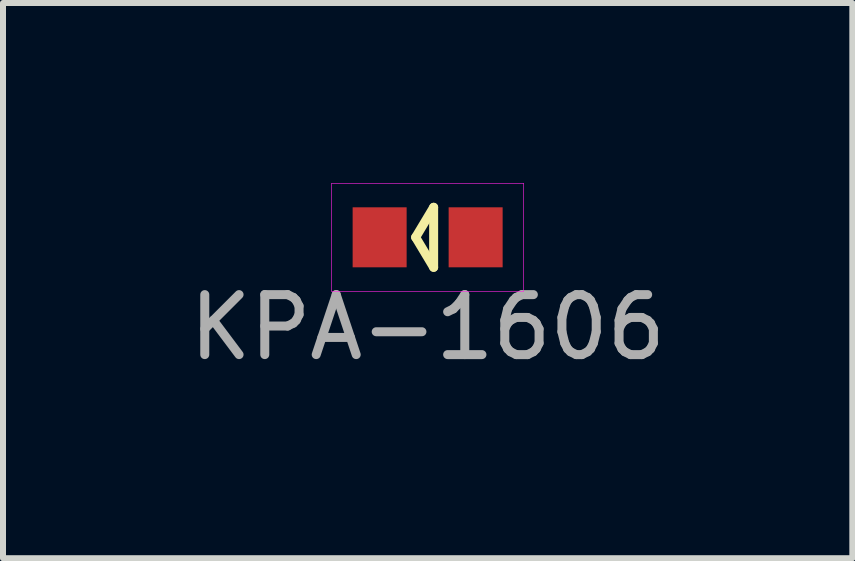
<source format=kicad_pcb>
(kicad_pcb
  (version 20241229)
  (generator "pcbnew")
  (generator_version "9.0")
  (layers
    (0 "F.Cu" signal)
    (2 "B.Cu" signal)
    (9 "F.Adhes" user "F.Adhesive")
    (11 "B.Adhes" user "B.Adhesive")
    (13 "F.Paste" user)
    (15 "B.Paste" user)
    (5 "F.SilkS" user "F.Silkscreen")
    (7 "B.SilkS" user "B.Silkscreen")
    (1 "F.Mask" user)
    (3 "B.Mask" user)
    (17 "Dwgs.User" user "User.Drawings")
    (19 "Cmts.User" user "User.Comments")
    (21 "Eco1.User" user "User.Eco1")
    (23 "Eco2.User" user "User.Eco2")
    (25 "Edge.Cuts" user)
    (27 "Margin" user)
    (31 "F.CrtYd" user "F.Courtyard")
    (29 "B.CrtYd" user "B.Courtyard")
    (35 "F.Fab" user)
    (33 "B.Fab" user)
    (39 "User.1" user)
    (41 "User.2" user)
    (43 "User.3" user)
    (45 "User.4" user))
  (footprint "KPA-1606"
    (layer "F.Cu")
    (at 4.077 0.905)
    (property "Reference" "KPA-1606" (at 0 1.5 0) (layer "F.Fab") (effects (font (size 1 1) (thickness 0.15))))
    (attr through_hole)
    (fp_line (start -0.2 0) (end 0.1 -0.5) (stroke (width 0.15) (type solid)) (layer "F.SilkS"))
    (fp_line (start 0.1 -0.5) (end 0.1 0.5) (stroke (width 0.15) (type solid)) (layer "F.SilkS"))
    (fp_line (start 0.1 0.5) (end -0.2 0) (stroke (width 0.15) (type solid)) (layer "F.SilkS"))
    (fp_line (start -1.6 -0.9) (end 1.6 -0.9) (stroke (width 0.01) (type solid)) (layer "F.CrtYd"))
    (fp_line (start -1.6 0.9) (end -1.6 -0.9) (stroke (width 0.01) (type solid)) (layer "F.CrtYd"))
    (fp_line (start 1.6 -0.9) (end 1.6 0.9) (stroke (width 0.01) (type solid)) (layer "F.CrtYd"))
    (fp_line (start 1.6 0.9) (end -1.6 0.9) (stroke (width 0.01) (type solid)) (layer "F.CrtYd"))
    (pad "1" smd rect (at -0.8 0) (size 0.9 1) (layers "F.Cu" "F.Mask" "F.Paste"))
    (pad "2" smd rect (at 0.8 0) (size 0.9 1) (layers "F.Cu" "F.Mask" "F.Paste")))
  (gr_rect
    (start -3 -3)
    (end 11.155 6.253)
    (stroke (width 0.1) (type default))
    (fill no)
    (layer "Edge.Cuts")))
</source>
